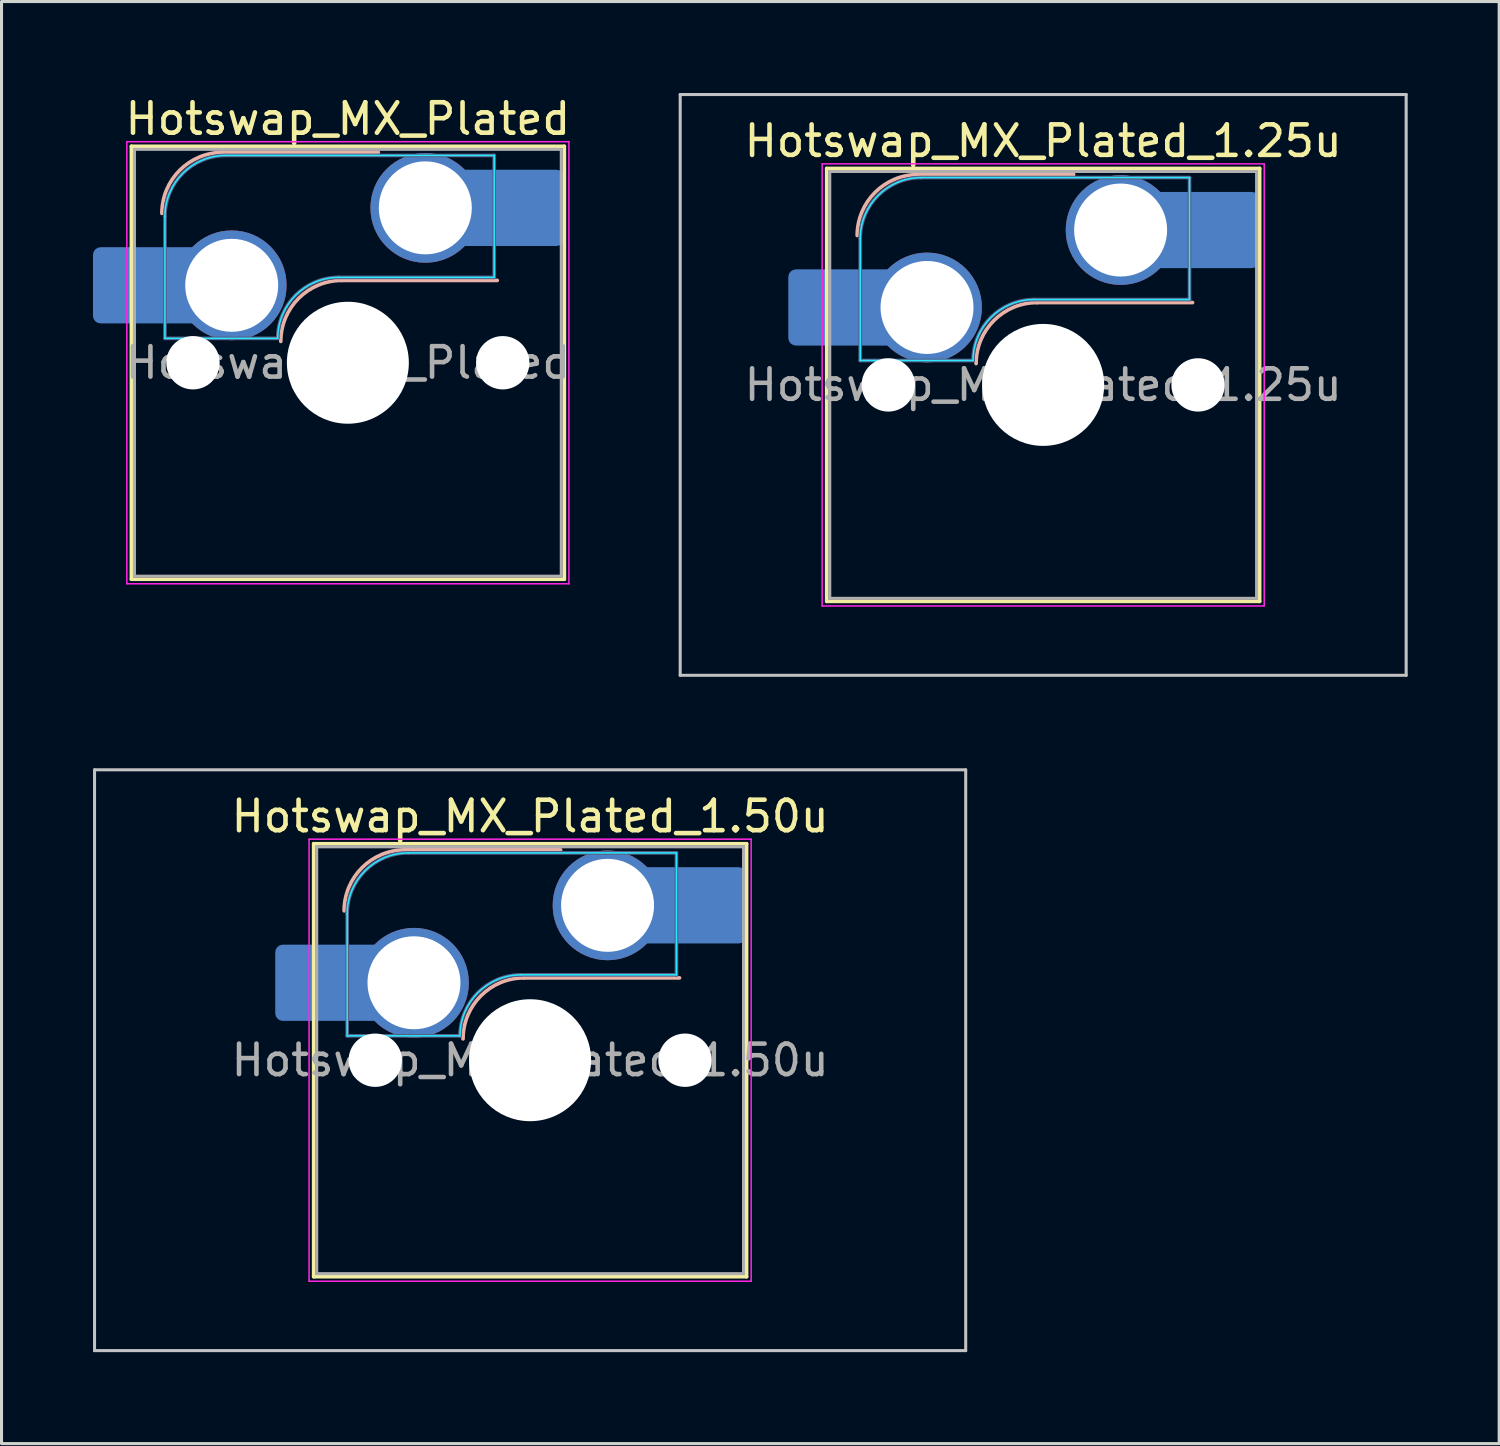
<source format=kicad_pcb>
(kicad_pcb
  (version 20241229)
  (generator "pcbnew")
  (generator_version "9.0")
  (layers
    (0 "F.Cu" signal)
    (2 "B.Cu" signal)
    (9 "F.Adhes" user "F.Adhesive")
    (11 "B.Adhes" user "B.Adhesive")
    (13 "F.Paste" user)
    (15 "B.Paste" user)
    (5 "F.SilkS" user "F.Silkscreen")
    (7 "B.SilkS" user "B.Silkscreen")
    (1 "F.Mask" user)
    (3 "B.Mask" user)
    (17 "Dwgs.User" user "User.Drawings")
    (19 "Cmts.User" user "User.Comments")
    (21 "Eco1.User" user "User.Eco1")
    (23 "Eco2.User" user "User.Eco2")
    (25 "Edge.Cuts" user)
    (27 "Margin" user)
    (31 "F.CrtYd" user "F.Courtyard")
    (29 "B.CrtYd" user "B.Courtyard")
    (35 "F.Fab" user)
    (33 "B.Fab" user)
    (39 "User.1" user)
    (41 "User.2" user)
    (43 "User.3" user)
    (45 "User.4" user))
  (footprint "Hotswap_MX_Plated_1.50u"
    (layer "F.Cu")
    (at 14.338 31.725)
    (property "Reference" "Hotswap_MX_Plated_1.50u" (at 0 -8 0) (layer "F.SilkS") (effects (font (size 1 1) (thickness 0.15))))
    (attr smd allow_soldermask_bridges)
    (fp_line (start -7.1 -7.1) (end -7.1 7.1) (stroke (width 0.12) (type solid)) (layer "F.SilkS"))
    (fp_line (start -7.1 7.1) (end 7.1 7.1) (stroke (width 0.12) (type solid)) (layer "F.SilkS"))
    (fp_line (start 7.1 -7.1) (end -7.1 -7.1) (stroke (width 0.12) (type solid)) (layer "F.SilkS"))
    (fp_line (start 7.1 7.1) (end 7.1 -7.1) (stroke (width 0.12) (type solid)) (layer "F.SilkS"))
    (fp_line (start -4.1 -6.9) (end 1 -6.9) (stroke (width 0.12) (type solid)) (layer "B.SilkS"))
    (fp_line (start -0.2 -2.7) (end 4.9 -2.7) (stroke (width 0.12) (type solid)) (layer "B.SilkS"))
    (fp_arc (start -6.1 -4.9) (mid -5.514214 -6.314214) (end -4.1 -6.9) (stroke (width 0.12) (type solid)) (layer "B.SilkS"))
    (fp_arc (start -2.2 -0.7) (mid -1.614214 -2.114214) (end -0.2 -2.7) (stroke (width 0.12) (type solid)) (layer "B.SilkS"))
    (fp_line (start -14.287 -9.525) (end -14.287 9.525) (stroke (width 0.1) (type solid)) (layer "Dwgs.User"))
    (fp_line (start -14.287 9.525) (end 14.287 9.525) (stroke (width 0.1) (type solid)) (layer "Dwgs.User"))
    (fp_line (start 14.287 -9.525) (end -14.287 -9.525) (stroke (width 0.1) (type solid)) (layer "Dwgs.User"))
    (fp_line (start 14.287 9.525) (end 14.287 -9.525) (stroke (width 0.1) (type solid)) (layer "Dwgs.User"))
    (fp_line (start -7.8 -6) (end -7 -6) (stroke (width 0.1) (type solid)) (layer "Eco1.User"))
    (fp_line (start -7.8 -2.9) (end -7.8 -6) (stroke (width 0.1) (type solid)) (layer "Eco1.User"))
    (fp_line (start -7.8 2.9) (end -7 2.9) (stroke (width 0.1) (type solid)) (layer "Eco1.User"))
    (fp_line (start -7.8 6) (end -7.8 2.9) (stroke (width 0.1) (type solid)) (layer "Eco1.User"))
    (fp_line (start -7 -7) (end 7 -7) (stroke (width 0.1) (type solid)) (layer "Eco1.User"))
    (fp_line (start -7 -6) (end -7 -7) (stroke (width 0.1) (type solid)) (layer "Eco1.User"))
    (fp_line (start -7 -2.9) (end -7.8 -2.9) (stroke (width 0.1) (type solid)) (layer "Eco1.User"))
    (fp_line (start -7 2.9) (end -7 -2.9) (stroke (width 0.1) (type solid)) (layer "Eco1.User"))
    (fp_line (start -7 6) (end -7.8 6) (stroke (width 0.1) (type solid)) (layer "Eco1.User"))
    (fp_line (start -7 7) (end -7 6) (stroke (width 0.1) (type solid)) (layer "Eco1.User"))
    (fp_line (start 7 -7) (end 7 -6) (stroke (width 0.1) (type solid)) (layer "Eco1.User"))
    (fp_line (start 7 -6) (end 7.8 -6) (stroke (width 0.1) (type solid)) (layer "Eco1.User"))
    (fp_line (start 7 -2.9) (end 7 2.9) (stroke (width 0.1) (type solid)) (layer "Eco1.User"))
    (fp_line (start 7 2.9) (end 7.8 2.9) (stroke (width 0.1) (type solid)) (layer "Eco1.User"))
    (fp_line (start 7 6) (end 7 7) (stroke (width 0.1) (type solid)) (layer "Eco1.User"))
    (fp_line (start 7 7) (end -7 7) (stroke (width 0.1) (type solid)) (layer "Eco1.User"))
    (fp_line (start 7.8 -6) (end 7.8 -2.9) (stroke (width 0.1) (type solid)) (layer "Eco1.User"))
    (fp_line (start 7.8 -2.9) (end 7 -2.9) (stroke (width 0.1) (type solid)) (layer "Eco1.User"))
    (fp_line (start 7.8 2.9) (end 7.8 6) (stroke (width 0.1) (type solid)) (layer "Eco1.User"))
    (fp_line (start 7.8 6) (end 7 6) (stroke (width 0.1) (type solid)) (layer "Eco1.User"))
    (fp_line (start -6 -0.8) (end -6 -4.8) (stroke (width 0.05) (type solid)) (layer "B.CrtYd"))
    (fp_line (start -6 -0.8) (end -2.3 -0.8) (stroke (width 0.05) (type solid)) (layer "B.CrtYd"))
    (fp_line (start -4 -6.8) (end 4.8 -6.8) (stroke (width 0.05) (type solid)) (layer "B.CrtYd"))
    (fp_line (start -0.3 -2.8) (end 4.8 -2.8) (stroke (width 0.05) (type solid)) (layer "B.CrtYd"))
    (fp_line (start 4.8 -6.8) (end 4.8 -2.8) (stroke (width 0.05) (type solid)) (layer "B.CrtYd"))
    (fp_arc (start -6 -4.8) (mid -5.414214 -6.214214) (end -4 -6.8) (stroke (width 0.05) (type solid)) (layer "B.CrtYd"))
    (fp_arc (start -2.3 -0.8) (mid -1.714214 -2.214214) (end -0.3 -2.8) (stroke (width 0.05) (type solid)) (layer "B.CrtYd"))
    (fp_line (start -7.25 -7.25) (end -7.25 7.25) (stroke (width 0.05) (type solid)) (layer "F.CrtYd"))
    (fp_line (start -7.25 7.25) (end 7.25 7.25) (stroke (width 0.05) (type solid)) (layer "F.CrtYd"))
    (fp_line (start 7.25 -7.25) (end -7.25 -7.25) (stroke (width 0.05) (type solid)) (layer "F.CrtYd"))
    (fp_line (start 7.25 7.25) (end 7.25 -7.25) (stroke (width 0.05) (type solid)) (layer "F.CrtYd"))
    (fp_line (start -6 -0.8) (end -6 -4.8) (stroke (width 0.12) (type solid)) (layer "B.Fab"))
    (fp_line (start -6 -0.8) (end -2.3 -0.8) (stroke (width 0.12) (type solid)) (layer "B.Fab"))
    (fp_line (start -4 -6.8) (end 4.8 -6.8) (stroke (width 0.12) (type solid)) (layer "B.Fab"))
    (fp_line (start -0.3 -2.8) (end 4.8 -2.8) (stroke (width 0.12) (type solid)) (layer "B.Fab"))
    (fp_line (start 4.8 -6.8) (end 4.8 -2.8) (stroke (width 0.12) (type solid)) (layer "B.Fab"))
    (fp_arc (start -6 -4.8) (mid -5.414214 -6.214214) (end -4 -6.8) (stroke (width 0.12) (type solid)) (layer "B.Fab"))
    (fp_arc (start -2.3 -0.8) (mid -1.714214 -2.214214) (end -0.3 -2.8) (stroke (width 0.12) (type solid)) (layer "B.Fab"))
    (fp_line (start -7 -7) (end -7 7) (stroke (width 0.1) (type solid)) (layer "F.Fab"))
    (fp_line (start -7 7) (end 7 7) (stroke (width 0.1) (type solid)) (layer "F.Fab"))
    (fp_line (start 7 -7) (end -7 -7) (stroke (width 0.1) (type solid)) (layer "F.Fab"))
    (fp_line (start 7 7) (end 7 -7) (stroke (width 0.1) (type solid)) (layer "F.Fab"))
    (fp_text user "${REFERENCE}" (at 0 0 0) (layer "F.Fab") (effects (font (size 1 1) (thickness 0.15))))
    (pad "" smd roundrect (at -7.085 -2.54) (size 2.55 2.5) (layers "B.Mask" "B.Paste") (roundrect_rratio 0.1))
    (pad "" np_thru_hole circle (at -5.08 0) (size 1.75 1.75) (drill 1.75) (layers "*.Cu" "*.Mask"))
    (pad "" np_thru_hole circle (at 0 0) (size 4 4) (drill 4) (layers "*.Cu" "*.Mask"))
    (pad "" np_thru_hole circle (at 5.08 0) (size 1.75 1.75) (drill 1.75) (layers "*.Cu" "*.Mask"))
    (pad "" smd roundrect (at 5.842 -5.08) (size 2.55 2.5) (layers "B.Mask" "B.Paste") (roundrect_rratio 0.1))
    (pad "1" smd roundrect (at -6.585 -2.54) (size 3.55 2.5) (layers "B.Cu") (roundrect_rratio 0.1))
    (pad "1" thru_hole circle (at -3.81 -2.54) (size 3.6 3.6) (drill 3.05) (layers "*.Cu" "*.Mask"))
    (pad "2" thru_hole circle (at 2.54 -5.08) (size 3.6 3.6) (drill 3.05) (layers "*.Cu" "*.Mask"))
    (pad "2" smd roundrect (at 5.32 -5.08) (size 3.55 2.5) (layers "B.Cu") (roundrect_rratio 0.1)))
  (footprint "Hotswap_MX_Plated"
    (layer "F.Cu")
    (at 8.36 8.848)
    (property "Reference" "Hotswap_MX_Plated" (at 0 -8 0) (layer "F.SilkS") (effects (font (size 1 1) (thickness 0.15))))
    (attr smd allow_soldermask_bridges)
    (fp_line (start -7.1 -7.1) (end -7.1 7.1) (stroke (width 0.12) (type solid)) (layer "F.SilkS"))
    (fp_line (start -7.1 7.1) (end 7.1 7.1) (stroke (width 0.12) (type solid)) (layer "F.SilkS"))
    (fp_line (start 7.1 -7.1) (end -7.1 -7.1) (stroke (width 0.12) (type solid)) (layer "F.SilkS"))
    (fp_line (start 7.1 7.1) (end 7.1 -7.1) (stroke (width 0.12) (type solid)) (layer "F.SilkS"))
    (fp_line (start -4.1 -6.9) (end 1 -6.9) (stroke (width 0.12) (type solid)) (layer "B.SilkS"))
    (fp_line (start -0.2 -2.7) (end 4.9 -2.7) (stroke (width 0.12) (type solid)) (layer "B.SilkS"))
    (fp_arc (start -6.1 -4.9) (mid -5.514214 -6.314214) (end -4.1 -6.9) (stroke (width 0.12) (type solid)) (layer "B.SilkS"))
    (fp_arc (start -2.2 -0.7) (mid -1.614214 -2.114214) (end -0.2 -2.7) (stroke (width 0.12) (type solid)) (layer "B.SilkS"))
    (fp_line (start -7.8 -6) (end -7 -6) (stroke (width 0.1) (type solid)) (layer "Eco1.User"))
    (fp_line (start -7.8 -2.9) (end -7.8 -6) (stroke (width 0.1) (type solid)) (layer "Eco1.User"))
    (fp_line (start -7.8 2.9) (end -7 2.9) (stroke (width 0.1) (type solid)) (layer "Eco1.User"))
    (fp_line (start -7.8 6) (end -7.8 2.9) (stroke (width 0.1) (type solid)) (layer "Eco1.User"))
    (fp_line (start -7 -7) (end 7 -7) (stroke (width 0.1) (type solid)) (layer "Eco1.User"))
    (fp_line (start -7 -6) (end -7 -7) (stroke (width 0.1) (type solid)) (layer "Eco1.User"))
    (fp_line (start -7 -2.9) (end -7.8 -2.9) (stroke (width 0.1) (type solid)) (layer "Eco1.User"))
    (fp_line (start -7 2.9) (end -7 -2.9) (stroke (width 0.1) (type solid)) (layer "Eco1.User"))
    (fp_line (start -7 6) (end -7.8 6) (stroke (width 0.1) (type solid)) (layer "Eco1.User"))
    (fp_line (start -7 7) (end -7 6) (stroke (width 0.1) (type solid)) (layer "Eco1.User"))
    (fp_line (start 7 -7) (end 7 -6) (stroke (width 0.1) (type solid)) (layer "Eco1.User"))
    (fp_line (start 7 -6) (end 7.8 -6) (stroke (width 0.1) (type solid)) (layer "Eco1.User"))
    (fp_line (start 7 -2.9) (end 7 2.9) (stroke (width 0.1) (type solid)) (layer "Eco1.User"))
    (fp_line (start 7 2.9) (end 7.8 2.9) (stroke (width 0.1) (type solid)) (layer "Eco1.User"))
    (fp_line (start 7 6) (end 7 7) (stroke (width 0.1) (type solid)) (layer "Eco1.User"))
    (fp_line (start 7 7) (end -7 7) (stroke (width 0.1) (type solid)) (layer "Eco1.User"))
    (fp_line (start 7.8 -6) (end 7.8 -2.9) (stroke (width 0.1) (type solid)) (layer "Eco1.User"))
    (fp_line (start 7.8 -2.9) (end 7 -2.9) (stroke (width 0.1) (type solid)) (layer "Eco1.User"))
    (fp_line (start 7.8 2.9) (end 7.8 6) (stroke (width 0.1) (type solid)) (layer "Eco1.User"))
    (fp_line (start 7.8 6) (end 7 6) (stroke (width 0.1) (type solid)) (layer "Eco1.User"))
    (fp_line (start -6 -0.8) (end -6 -4.8) (stroke (width 0.05) (type solid)) (layer "B.CrtYd"))
    (fp_line (start -6 -0.8) (end -2.3 -0.8) (stroke (width 0.05) (type solid)) (layer "B.CrtYd"))
    (fp_line (start -4 -6.8) (end 4.8 -6.8) (stroke (width 0.05) (type solid)) (layer "B.CrtYd"))
    (fp_line (start -0.3 -2.8) (end 4.8 -2.8) (stroke (width 0.05) (type solid)) (layer "B.CrtYd"))
    (fp_line (start 4.8 -6.8) (end 4.8 -2.8) (stroke (width 0.05) (type solid)) (layer "B.CrtYd"))
    (fp_arc (start -6 -4.8) (mid -5.414214 -6.214214) (end -4 -6.8) (stroke (width 0.05) (type solid)) (layer "B.CrtYd"))
    (fp_arc (start -2.3 -0.8) (mid -1.714214 -2.214214) (end -0.3 -2.8) (stroke (width 0.05) (type solid)) (layer "B.CrtYd"))
    (fp_line (start -7.25 -7.25) (end -7.25 7.25) (stroke (width 0.05) (type solid)) (layer "F.CrtYd"))
    (fp_line (start -7.25 7.25) (end 7.25 7.25) (stroke (width 0.05) (type solid)) (layer "F.CrtYd"))
    (fp_line (start 7.25 -7.25) (end -7.25 -7.25) (stroke (width 0.05) (type solid)) (layer "F.CrtYd"))
    (fp_line (start 7.25 7.25) (end 7.25 -7.25) (stroke (width 0.05) (type solid)) (layer "F.CrtYd"))
    (fp_line (start -6 -0.8) (end -6 -4.8) (stroke (width 0.12) (type solid)) (layer "B.Fab"))
    (fp_line (start -6 -0.8) (end -2.3 -0.8) (stroke (width 0.12) (type solid)) (layer "B.Fab"))
    (fp_line (start -4 -6.8) (end 4.8 -6.8) (stroke (width 0.12) (type solid)) (layer "B.Fab"))
    (fp_line (start -0.3 -2.8) (end 4.8 -2.8) (stroke (width 0.12) (type solid)) (layer "B.Fab"))
    (fp_line (start 4.8 -6.8) (end 4.8 -2.8) (stroke (width 0.12) (type solid)) (layer "B.Fab"))
    (fp_arc (start -6 -4.8) (mid -5.414214 -6.214214) (end -4 -6.8) (stroke (width 0.12) (type solid)) (layer "B.Fab"))
    (fp_arc (start -2.3 -0.8) (mid -1.714214 -2.214214) (end -0.3 -2.8) (stroke (width 0.12) (type solid)) (layer "B.Fab"))
    (fp_line (start -7 -7) (end -7 7) (stroke (width 0.1) (type solid)) (layer "F.Fab"))
    (fp_line (start -7 7) (end 7 7) (stroke (width 0.1) (type solid)) (layer "F.Fab"))
    (fp_line (start 7 -7) (end -7 -7) (stroke (width 0.1) (type solid)) (layer "F.Fab"))
    (fp_line (start 7 7) (end 7 -7) (stroke (width 0.1) (type solid)) (layer "F.Fab"))
    (fp_text user "${REFERENCE}" (at 0 0 0) (layer "F.Fab") (effects (font (size 1 1) (thickness 0.15))))
    (pad "" smd roundrect (at -7.085 -2.54) (size 2.55 2.5) (layers "B.Mask" "B.Paste") (roundrect_rratio 0.1))
    (pad "" np_thru_hole circle (at -5.08 0) (size 1.75 1.75) (drill 1.75) (layers "*.Cu" "*.Mask"))
    (pad "" np_thru_hole circle (at 0 0) (size 4 4) (drill 4) (layers "*.Cu" "*.Mask"))
    (pad "" np_thru_hole circle (at 5.08 0) (size 1.75 1.75) (drill 1.75) (layers "*.Cu" "*.Mask"))
    (pad "" smd roundrect (at 5.842 -5.08) (size 2.55 2.5) (layers "B.Mask" "B.Paste") (roundrect_rratio 0.1))
    (pad "1" smd roundrect (at -6.585 -2.54) (size 3.55 2.5) (layers "B.Cu") (roundrect_rratio 0.1))
    (pad "1" thru_hole circle (at -3.81 -2.54) (size 3.6 3.6) (drill 3.05) (layers "*.Cu" "*.Mask"))
    (pad "2" thru_hole circle (at 2.54 -5.08) (size 3.6 3.6) (drill 3.05) (layers "*.Cu" "*.Mask"))
    (pad "2" smd roundrect (at 5.32 -5.08) (size 3.55 2.5) (layers "B.Cu") (roundrect_rratio 0.1)))
  (footprint "Hotswap_MX_Plated_1.25u"
    (layer "F.Cu")
    (at 31.166 9.575)
    (property "Reference" "Hotswap_MX_Plated_1.25u" (at 0 -8 0) (layer "F.SilkS") (effects (font (size 1 1) (thickness 0.15))))
    (attr smd allow_soldermask_bridges)
    (fp_line (start -7.1 -7.1) (end -7.1 7.1) (stroke (width 0.12) (type solid)) (layer "F.SilkS"))
    (fp_line (start -7.1 7.1) (end 7.1 7.1) (stroke (width 0.12) (type solid)) (layer "F.SilkS"))
    (fp_line (start 7.1 -7.1) (end -7.1 -7.1) (stroke (width 0.12) (type solid)) (layer "F.SilkS"))
    (fp_line (start 7.1 7.1) (end 7.1 -7.1) (stroke (width 0.12) (type solid)) (layer "F.SilkS"))
    (fp_line (start -4.1 -6.9) (end 1 -6.9) (stroke (width 0.12) (type solid)) (layer "B.SilkS"))
    (fp_line (start -0.2 -2.7) (end 4.9 -2.7) (stroke (width 0.12) (type solid)) (layer "B.SilkS"))
    (fp_arc (start -6.1 -4.9) (mid -5.514214 -6.314214) (end -4.1 -6.9) (stroke (width 0.12) (type solid)) (layer "B.SilkS"))
    (fp_arc (start -2.2 -0.7) (mid -1.614214 -2.114214) (end -0.2 -2.7) (stroke (width 0.12) (type solid)) (layer "B.SilkS"))
    (fp_line (start -11.906 -9.525) (end -11.906 9.525) (stroke (width 0.1) (type solid)) (layer "Dwgs.User"))
    (fp_line (start -11.906 9.525) (end 11.906 9.525) (stroke (width 0.1) (type solid)) (layer "Dwgs.User"))
    (fp_line (start 11.906 -9.525) (end -11.906 -9.525) (stroke (width 0.1) (type solid)) (layer "Dwgs.User"))
    (fp_line (start 11.906 9.525) (end 11.906 -9.525) (stroke (width 0.1) (type solid)) (layer "Dwgs.User"))
    (fp_line (start -7.8 -6) (end -7 -6) (stroke (width 0.1) (type solid)) (layer "Eco1.User"))
    (fp_line (start -7.8 -2.9) (end -7.8 -6) (stroke (width 0.1) (type solid)) (layer "Eco1.User"))
    (fp_line (start -7.8 2.9) (end -7 2.9) (stroke (width 0.1) (type solid)) (layer "Eco1.User"))
    (fp_line (start -7.8 6) (end -7.8 2.9) (stroke (width 0.1) (type solid)) (layer "Eco1.User"))
    (fp_line (start -7 -7) (end 7 -7) (stroke (width 0.1) (type solid)) (layer "Eco1.User"))
    (fp_line (start -7 -6) (end -7 -7) (stroke (width 0.1) (type solid)) (layer "Eco1.User"))
    (fp_line (start -7 -2.9) (end -7.8 -2.9) (stroke (width 0.1) (type solid)) (layer "Eco1.User"))
    (fp_line (start -7 2.9) (end -7 -2.9) (stroke (width 0.1) (type solid)) (layer "Eco1.User"))
    (fp_line (start -7 6) (end -7.8 6) (stroke (width 0.1) (type solid)) (layer "Eco1.User"))
    (fp_line (start -7 7) (end -7 6) (stroke (width 0.1) (type solid)) (layer "Eco1.User"))
    (fp_line (start 7 -7) (end 7 -6) (stroke (width 0.1) (type solid)) (layer "Eco1.User"))
    (fp_line (start 7 -6) (end 7.8 -6) (stroke (width 0.1) (type solid)) (layer "Eco1.User"))
    (fp_line (start 7 -2.9) (end 7 2.9) (stroke (width 0.1) (type solid)) (layer "Eco1.User"))
    (fp_line (start 7 2.9) (end 7.8 2.9) (stroke (width 0.1) (type solid)) (layer "Eco1.User"))
    (fp_line (start 7 6) (end 7 7) (stroke (width 0.1) (type solid)) (layer "Eco1.User"))
    (fp_line (start 7 7) (end -7 7) (stroke (width 0.1) (type solid)) (layer "Eco1.User"))
    (fp_line (start 7.8 -6) (end 7.8 -2.9) (stroke (width 0.1) (type solid)) (layer "Eco1.User"))
    (fp_line (start 7.8 -2.9) (end 7 -2.9) (stroke (width 0.1) (type solid)) (layer "Eco1.User"))
    (fp_line (start 7.8 2.9) (end 7.8 6) (stroke (width 0.1) (type solid)) (layer "Eco1.User"))
    (fp_line (start 7.8 6) (end 7 6) (stroke (width 0.1) (type solid)) (layer "Eco1.User"))
    (fp_line (start -6 -0.8) (end -6 -4.8) (stroke (width 0.05) (type solid)) (layer "B.CrtYd"))
    (fp_line (start -6 -0.8) (end -2.3 -0.8) (stroke (width 0.05) (type solid)) (layer "B.CrtYd"))
    (fp_line (start -4 -6.8) (end 4.8 -6.8) (stroke (width 0.05) (type solid)) (layer "B.CrtYd"))
    (fp_line (start -0.3 -2.8) (end 4.8 -2.8) (stroke (width 0.05) (type solid)) (layer "B.CrtYd"))
    (fp_line (start 4.8 -6.8) (end 4.8 -2.8) (stroke (width 0.05) (type solid)) (layer "B.CrtYd"))
    (fp_arc (start -6 -4.8) (mid -5.414214 -6.214214) (end -4 -6.8) (stroke (width 0.05) (type solid)) (layer "B.CrtYd"))
    (fp_arc (start -2.3 -0.8) (mid -1.714214 -2.214214) (end -0.3 -2.8) (stroke (width 0.05) (type solid)) (layer "B.CrtYd"))
    (fp_line (start -7.25 -7.25) (end -7.25 7.25) (stroke (width 0.05) (type solid)) (layer "F.CrtYd"))
    (fp_line (start -7.25 7.25) (end 7.25 7.25) (stroke (width 0.05) (type solid)) (layer "F.CrtYd"))
    (fp_line (start 7.25 -7.25) (end -7.25 -7.25) (stroke (width 0.05) (type solid)) (layer "F.CrtYd"))
    (fp_line (start 7.25 7.25) (end 7.25 -7.25) (stroke (width 0.05) (type solid)) (layer "F.CrtYd"))
    (fp_line (start -6 -0.8) (end -6 -4.8) (stroke (width 0.12) (type solid)) (layer "B.Fab"))
    (fp_line (start -6 -0.8) (end -2.3 -0.8) (stroke (width 0.12) (type solid)) (layer "B.Fab"))
    (fp_line (start -4 -6.8) (end 4.8 -6.8) (stroke (width 0.12) (type solid)) (layer "B.Fab"))
    (fp_line (start -0.3 -2.8) (end 4.8 -2.8) (stroke (width 0.12) (type solid)) (layer "B.Fab"))
    (fp_line (start 4.8 -6.8) (end 4.8 -2.8) (stroke (width 0.12) (type solid)) (layer "B.Fab"))
    (fp_arc (start -6 -4.8) (mid -5.414214 -6.214214) (end -4 -6.8) (stroke (width 0.12) (type solid)) (layer "B.Fab"))
    (fp_arc (start -2.3 -0.8) (mid -1.714214 -2.214214) (end -0.3 -2.8) (stroke (width 0.12) (type solid)) (layer "B.Fab"))
    (fp_line (start -7 -7) (end -7 7) (stroke (width 0.1) (type solid)) (layer "F.Fab"))
    (fp_line (start -7 7) (end 7 7) (stroke (width 0.1) (type solid)) (layer "F.Fab"))
    (fp_line (start 7 -7) (end -7 -7) (stroke (width 0.1) (type solid)) (layer "F.Fab"))
    (fp_line (start 7 7) (end 7 -7) (stroke (width 0.1) (type solid)) (layer "F.Fab"))
    (fp_text user "${REFERENCE}" (at 0 0 0) (layer "F.Fab") (effects (font (size 1 1) (thickness 0.15))))
    (pad "" smd roundrect (at -7.085 -2.54) (size 2.55 2.5) (layers "B.Mask" "B.Paste") (roundrect_rratio 0.1))
    (pad "" np_thru_hole circle (at -5.08 0) (size 1.75 1.75) (drill 1.75) (layers "*.Cu" "*.Mask"))
    (pad "" np_thru_hole circle (at 0 0) (size 4 4) (drill 4) (layers "*.Cu" "*.Mask"))
    (pad "" np_thru_hole circle (at 5.08 0) (size 1.75 1.75) (drill 1.75) (layers "*.Cu" "*.Mask"))
    (pad "" smd roundrect (at 5.842 -5.08) (size 2.55 2.5) (layers "B.Mask" "B.Paste") (roundrect_rratio 0.1))
    (pad "1" smd roundrect (at -6.585 -2.54) (size 3.55 2.5) (layers "B.Cu") (roundrect_rratio 0.1))
    (pad "1" thru_hole circle (at -3.81 -2.54) (size 3.6 3.6) (drill 3.05) (layers "*.Cu" "*.Mask"))
    (pad "2" thru_hole circle (at 2.54 -5.08) (size 3.6 3.6) (drill 3.05) (layers "*.Cu" "*.Mask"))
    (pad "2" smd roundrect (at 5.32 -5.08) (size 3.55 2.5) (layers "B.Cu") (roundrect_rratio 0.1)))
  (gr_rect
    (start -3 -3)
    (end 46.123 44.3)
    (stroke (width 0.1) (type default))
    (fill no)
    (layer "Edge.Cuts")))
</source>
